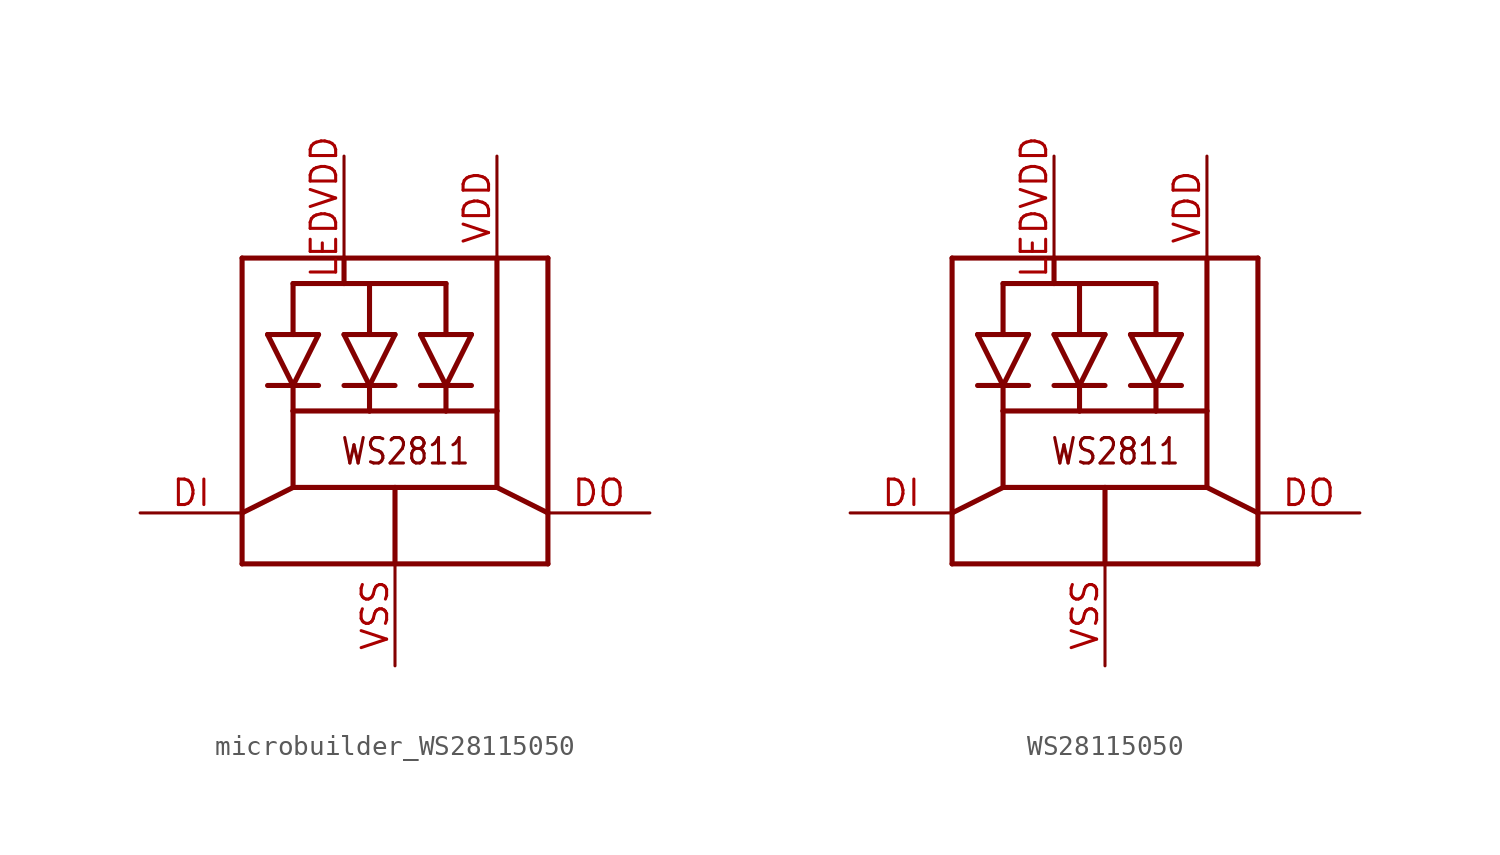
<source format=kicad_sym>
(kicad_symbol_lib
  (version 20231120)
  (generator "kicad_symbol_editor")
  (generator_version "8.0")
  (symbol "microbuilder_WS28115050"
    (property "Reference" "LED"
      (at 0 0 0)
      (effects (font (size 1.27 1.27)) (hide yes)))
    (property "ki_locked" ""
      (at 0 0 0)
      (effects (font (size 1.27 1.27))))
    (symbol "microbuilder_WS28115050_1_0"
      (polyline (pts (xy -7.62 -5.08) (xy 0 -5.08)) (stroke (width 0.254) (type solid)) (fill (type none)))
      (polyline (pts (xy -7.62 -2.54) (xy -7.62 -5.08)) (stroke (width 0.254) (type solid)) (fill (type none)))
      (polyline (pts (xy -7.62 10.16) (xy -7.62 -2.54)) (stroke (width 0.254) (type solid)) (fill (type none)))
      (polyline (pts (xy -6.35 3.81) (xy -5.08 3.81)) (stroke (width 0.254) (type solid)) (fill (type none)))
      (polyline (pts (xy -6.35 6.35) (xy -5.08 6.35)) (stroke (width 0.254) (type solid)) (fill (type none)))
      (polyline (pts (xy -5.08 -1.27) (xy -7.62 -2.54)) (stroke (width 0.254) (type solid)) (fill (type none)))
      (polyline (pts (xy -5.08 -1.27) (xy 0 -1.27)) (stroke (width 0.254) (type solid)) (fill (type none)))
      (polyline (pts (xy -5.08 2.54) (xy -5.08 -1.27)) (stroke (width 0.254) (type solid)) (fill (type none)))
      (polyline (pts (xy -5.08 3.81) (xy -6.35 6.35)) (stroke (width 0.254) (type solid)) (fill (type none)))
      (polyline (pts (xy -5.08 3.81) (xy -5.08 2.54)) (stroke (width 0.254) (type solid)) (fill (type none)))
      (polyline (pts (xy -5.08 3.81) (xy -3.81 6.35)) (stroke (width 0.254) (type solid)) (fill (type none)))
      (polyline (pts (xy -5.08 6.35) (xy -3.81 6.35)) (stroke (width 0.254) (type solid)) (fill (type none)))
      (polyline (pts (xy -5.08 8.89) (xy -5.08 6.35)) (stroke (width 0.254) (type solid)) (fill (type none)))
      (polyline (pts (xy -3.81 3.81) (xy -5.08 3.81)) (stroke (width 0.254) (type solid)) (fill (type none)))
      (polyline (pts (xy -2.54 3.81) (xy -1.27 3.81)) (stroke (width 0.254) (type solid)) (fill (type none)))
      (polyline (pts (xy -2.54 6.35) (xy 0 6.35)) (stroke (width 0.254) (type solid)) (fill (type none)))
      (polyline (pts (xy -2.54 8.89) (xy -5.08 8.89)) (stroke (width 0.254) (type solid)) (fill (type none)))
      (polyline (pts (xy -2.54 10.16) (xy -7.62 10.16)) (stroke (width 0.254) (type solid)) (fill (type none)))
      (polyline (pts (xy -2.54 10.16) (xy -2.54 8.89)) (stroke (width 0.254) (type solid)) (fill (type none)))
      (polyline (pts (xy -1.27 2.54) (xy -5.08 2.54)) (stroke (width 0.254) (type solid)) (fill (type none)))
      (polyline (pts (xy -1.27 3.81) (xy -2.54 6.35)) (stroke (width 0.254) (type solid)) (fill (type none)))
      (polyline (pts (xy -1.27 3.81) (xy -1.27 2.54)) (stroke (width 0.254) (type solid)) (fill (type none)))
      (polyline (pts (xy -1.27 3.81) (xy 0 3.81)) (stroke (width 0.254) (type solid)) (fill (type none)))
      (polyline (pts (xy -1.27 6.35) (xy -1.27 8.89)) (stroke (width 0.254) (type solid)) (fill (type none)))
      (polyline (pts (xy -1.27 8.89) (xy -2.54 8.89)) (stroke (width 0.254) (type solid)) (fill (type none)))
      (polyline (pts (xy 0 -5.08) (xy 7.62 -5.08)) (stroke (width 0.254) (type solid)) (fill (type none)))
      (polyline (pts (xy 0 -1.27) (xy 0 -5.08)) (stroke (width 0.254) (type solid)) (fill (type none)))
      (polyline (pts (xy 0 -1.27) (xy 5.08 -1.27)) (stroke (width 0.254) (type solid)) (fill (type none)))
      (polyline (pts (xy 0 6.35) (xy -1.27 3.81)) (stroke (width 0.254) (type solid)) (fill (type none)))
      (polyline (pts (xy 1.27 6.35) (xy 2.54 3.81)) (stroke (width 0.254) (type solid)) (fill (type none)))
      (polyline (pts (xy 1.27 6.35) (xy 2.54 6.35)) (stroke (width 0.254) (type solid)) (fill (type none)))
      (polyline (pts (xy 2.54 2.54) (xy -1.27 2.54)) (stroke (width 0.254) (type solid)) (fill (type none)))
      (polyline (pts (xy 2.54 3.81) (xy 1.27 3.81)) (stroke (width 0.254) (type solid)) (fill (type none)))
      (polyline (pts (xy 2.54 3.81) (xy 2.54 2.54)) (stroke (width 0.254) (type solid)) (fill (type none)))
      (polyline (pts (xy 2.54 3.81) (xy 3.81 3.81)) (stroke (width 0.254) (type solid)) (fill (type none)))
      (polyline (pts (xy 2.54 3.81) (xy 3.81 6.35)) (stroke (width 0.254) (type solid)) (fill (type none)))
      (polyline (pts (xy 2.54 6.35) (xy 2.54 8.89)) (stroke (width 0.254) (type solid)) (fill (type none)))
      (polyline (pts (xy 2.54 8.89) (xy -1.27 8.89)) (stroke (width 0.254) (type solid)) (fill (type none)))
      (polyline (pts (xy 3.81 6.35) (xy 2.54 6.35)) (stroke (width 0.254) (type solid)) (fill (type none)))
      (polyline (pts (xy 5.08 -1.27) (xy 5.08 2.54)) (stroke (width 0.254) (type solid)) (fill (type none)))
      (polyline (pts (xy 5.08 -1.27) (xy 7.62 -2.54)) (stroke (width 0.254) (type solid)) (fill (type none)))
      (polyline (pts (xy 5.08 2.54) (xy 2.54 2.54)) (stroke (width 0.254) (type solid)) (fill (type none)))
      (polyline (pts (xy 5.08 10.16) (xy -2.54 10.16)) (stroke (width 0.254) (type solid)) (fill (type none)))
      (polyline (pts (xy 5.08 10.16) (xy 5.08 2.54)) (stroke (width 0.254) (type solid)) (fill (type none)))
      (polyline (pts (xy 7.62 -5.08) (xy 7.62 -2.54)) (stroke (width 0.254) (type solid)) (fill (type none)))
      (polyline (pts (xy 7.62 -2.54) (xy 7.62 10.16)) (stroke (width 0.254) (type solid)) (fill (type none)))
      (polyline (pts (xy 7.62 10.16) (xy 5.08 10.16)) (stroke (width 0.254) (type solid)) (fill (type none)))
      (text "WS2811" (at 3.81 1.27 0) (effects (font (size 1.27 1.079)) (justify right top)))
      (pin input line (at -12.7 -2.54 0) (length 5.08) (name "DI" (effects (font (size 0 0)))) (number "DI" (effects (font (size 1.27 1.27)))))
      (pin output line (at 12.7 -2.54 180) (length 5.08) (name "DO" (effects (font (size 0 0)))) (number "DO" (effects (font (size 1.27 1.27)))))
      (pin power_in line (at -2.54 15.24 270) (length 5.08) (name "LEDVDD" (effects (font (size 0 0)))) (number "LEDVDD" (effects (font (size 1.27 1.27)))))
      (pin power_in line (at 5.08 15.24 270) (length 5.08) (name "VDD" (effects (font (size 0 0)))) (number "VDD" (effects (font (size 1.27 1.27)))))
      (pin power_in line (at 0 -10.16 90) (length 5.08) (name "GND" (effects (font (size 0 0)))) (number "VSS" (effects (font (size 1.27 1.27)))))))
  (symbol "WS28115050"
    (property "Reference" "LED"
      (at 0 0 0)
      (effects (font (size 1.27 1.27)) (hide yes)))
    (property "ki_locked" ""
      (at 0 0 0)
      (effects (font (size 1.27 1.27))))
    (symbol "WS28115050_1_0"
      (polyline (pts (xy -7.62 -5.08) (xy 0 -5.08)) (stroke (width 0.254) (type solid)) (fill (type none)))
      (polyline (pts (xy -7.62 -2.54) (xy -7.62 -5.08)) (stroke (width 0.254) (type solid)) (fill (type none)))
      (polyline (pts (xy -7.62 10.16) (xy -7.62 -2.54)) (stroke (width 0.254) (type solid)) (fill (type none)))
      (polyline (pts (xy -6.35 3.81) (xy -5.08 3.81)) (stroke (width 0.254) (type solid)) (fill (type none)))
      (polyline (pts (xy -6.35 6.35) (xy -5.08 6.35)) (stroke (width 0.254) (type solid)) (fill (type none)))
      (polyline (pts (xy -5.08 -1.27) (xy -7.62 -2.54)) (stroke (width 0.254) (type solid)) (fill (type none)))
      (polyline (pts (xy -5.08 -1.27) (xy 0 -1.27)) (stroke (width 0.254) (type solid)) (fill (type none)))
      (polyline (pts (xy -5.08 2.54) (xy -5.08 -1.27)) (stroke (width 0.254) (type solid)) (fill (type none)))
      (polyline (pts (xy -5.08 3.81) (xy -6.35 6.35)) (stroke (width 0.254) (type solid)) (fill (type none)))
      (polyline (pts (xy -5.08 3.81) (xy -5.08 2.54)) (stroke (width 0.254) (type solid)) (fill (type none)))
      (polyline (pts (xy -5.08 3.81) (xy -3.81 6.35)) (stroke (width 0.254) (type solid)) (fill (type none)))
      (polyline (pts (xy -5.08 6.35) (xy -3.81 6.35)) (stroke (width 0.254) (type solid)) (fill (type none)))
      (polyline (pts (xy -5.08 8.89) (xy -5.08 6.35)) (stroke (width 0.254) (type solid)) (fill (type none)))
      (polyline (pts (xy -3.81 3.81) (xy -5.08 3.81)) (stroke (width 0.254) (type solid)) (fill (type none)))
      (polyline (pts (xy -2.54 3.81) (xy -1.27 3.81)) (stroke (width 0.254) (type solid)) (fill (type none)))
      (polyline (pts (xy -2.54 6.35) (xy 0 6.35)) (stroke (width 0.254) (type solid)) (fill (type none)))
      (polyline (pts (xy -2.54 8.89) (xy -5.08 8.89)) (stroke (width 0.254) (type solid)) (fill (type none)))
      (polyline (pts (xy -2.54 10.16) (xy -7.62 10.16)) (stroke (width 0.254) (type solid)) (fill (type none)))
      (polyline (pts (xy -2.54 10.16) (xy -2.54 8.89)) (stroke (width 0.254) (type solid)) (fill (type none)))
      (polyline (pts (xy -1.27 2.54) (xy -5.08 2.54)) (stroke (width 0.254) (type solid)) (fill (type none)))
      (polyline (pts (xy -1.27 3.81) (xy -2.54 6.35)) (stroke (width 0.254) (type solid)) (fill (type none)))
      (polyline (pts (xy -1.27 3.81) (xy -1.27 2.54)) (stroke (width 0.254) (type solid)) (fill (type none)))
      (polyline (pts (xy -1.27 3.81) (xy 0 3.81)) (stroke (width 0.254) (type solid)) (fill (type none)))
      (polyline (pts (xy -1.27 6.35) (xy -1.27 8.89)) (stroke (width 0.254) (type solid)) (fill (type none)))
      (polyline (pts (xy -1.27 8.89) (xy -2.54 8.89)) (stroke (width 0.254) (type solid)) (fill (type none)))
      (polyline (pts (xy 0 -5.08) (xy 7.62 -5.08)) (stroke (width 0.254) (type solid)) (fill (type none)))
      (polyline (pts (xy 0 -1.27) (xy 0 -5.08)) (stroke (width 0.254) (type solid)) (fill (type none)))
      (polyline (pts (xy 0 -1.27) (xy 5.08 -1.27)) (stroke (width 0.254) (type solid)) (fill (type none)))
      (polyline (pts (xy 0 6.35) (xy -1.27 3.81)) (stroke (width 0.254) (type solid)) (fill (type none)))
      (polyline (pts (xy 1.27 6.35) (xy 2.54 3.81)) (stroke (width 0.254) (type solid)) (fill (type none)))
      (polyline (pts (xy 1.27 6.35) (xy 2.54 6.35)) (stroke (width 0.254) (type solid)) (fill (type none)))
      (polyline (pts (xy 2.54 2.54) (xy -1.27 2.54)) (stroke (width 0.254) (type solid)) (fill (type none)))
      (polyline (pts (xy 2.54 3.81) (xy 1.27 3.81)) (stroke (width 0.254) (type solid)) (fill (type none)))
      (polyline (pts (xy 2.54 3.81) (xy 2.54 2.54)) (stroke (width 0.254) (type solid)) (fill (type none)))
      (polyline (pts (xy 2.54 3.81) (xy 3.81 3.81)) (stroke (width 0.254) (type solid)) (fill (type none)))
      (polyline (pts (xy 2.54 3.81) (xy 3.81 6.35)) (stroke (width 0.254) (type solid)) (fill (type none)))
      (polyline (pts (xy 2.54 6.35) (xy 2.54 8.89)) (stroke (width 0.254) (type solid)) (fill (type none)))
      (polyline (pts (xy 2.54 8.89) (xy -1.27 8.89)) (stroke (width 0.254) (type solid)) (fill (type none)))
      (polyline (pts (xy 3.81 6.35) (xy 2.54 6.35)) (stroke (width 0.254) (type solid)) (fill (type none)))
      (polyline (pts (xy 5.08 -1.27) (xy 5.08 2.54)) (stroke (width 0.254) (type solid)) (fill (type none)))
      (polyline (pts (xy 5.08 -1.27) (xy 7.62 -2.54)) (stroke (width 0.254) (type solid)) (fill (type none)))
      (polyline (pts (xy 5.08 2.54) (xy 2.54 2.54)) (stroke (width 0.254) (type solid)) (fill (type none)))
      (polyline (pts (xy 5.08 10.16) (xy -2.54 10.16)) (stroke (width 0.254) (type solid)) (fill (type none)))
      (polyline (pts (xy 5.08 10.16) (xy 5.08 2.54)) (stroke (width 0.254) (type solid)) (fill (type none)))
      (polyline (pts (xy 7.62 -5.08) (xy 7.62 -2.54)) (stroke (width 0.254) (type solid)) (fill (type none)))
      (polyline (pts (xy 7.62 -2.54) (xy 7.62 10.16)) (stroke (width 0.254) (type solid)) (fill (type none)))
      (polyline (pts (xy 7.62 10.16) (xy 5.08 10.16)) (stroke (width 0.254) (type solid)) (fill (type none)))
      (text "WS2811" (at 3.81 1.27 0) (effects (font (size 1.27 1.079)) (justify right top)))
      (pin input line (at -12.7 -2.54 0) (length 5.08) (name "DI" (effects (font (size 0 0)))) (number "DI" (effects (font (size 1.27 1.27)))))
      (pin output line (at 12.7 -2.54 180) (length 5.08) (name "DO" (effects (font (size 0 0)))) (number "DO" (effects (font (size 1.27 1.27)))))
      (pin power_in line (at -2.54 15.24 270) (length 5.08) (name "LEDVDD" (effects (font (size 0 0)))) (number "LEDVDD" (effects (font (size 1.27 1.27)))))
      (pin power_in line (at 5.08 15.24 270) (length 5.08) (name "VDD" (effects (font (size 0 0)))) (number "VDD" (effects (font (size 1.27 1.27)))))
      (pin power_in line (at 0 -10.16 90) (length 5.08) (name "GND" (effects (font (size 0 0)))) (number "VSS" (effects (font (size 1.27 1.27))))))))
</source>
